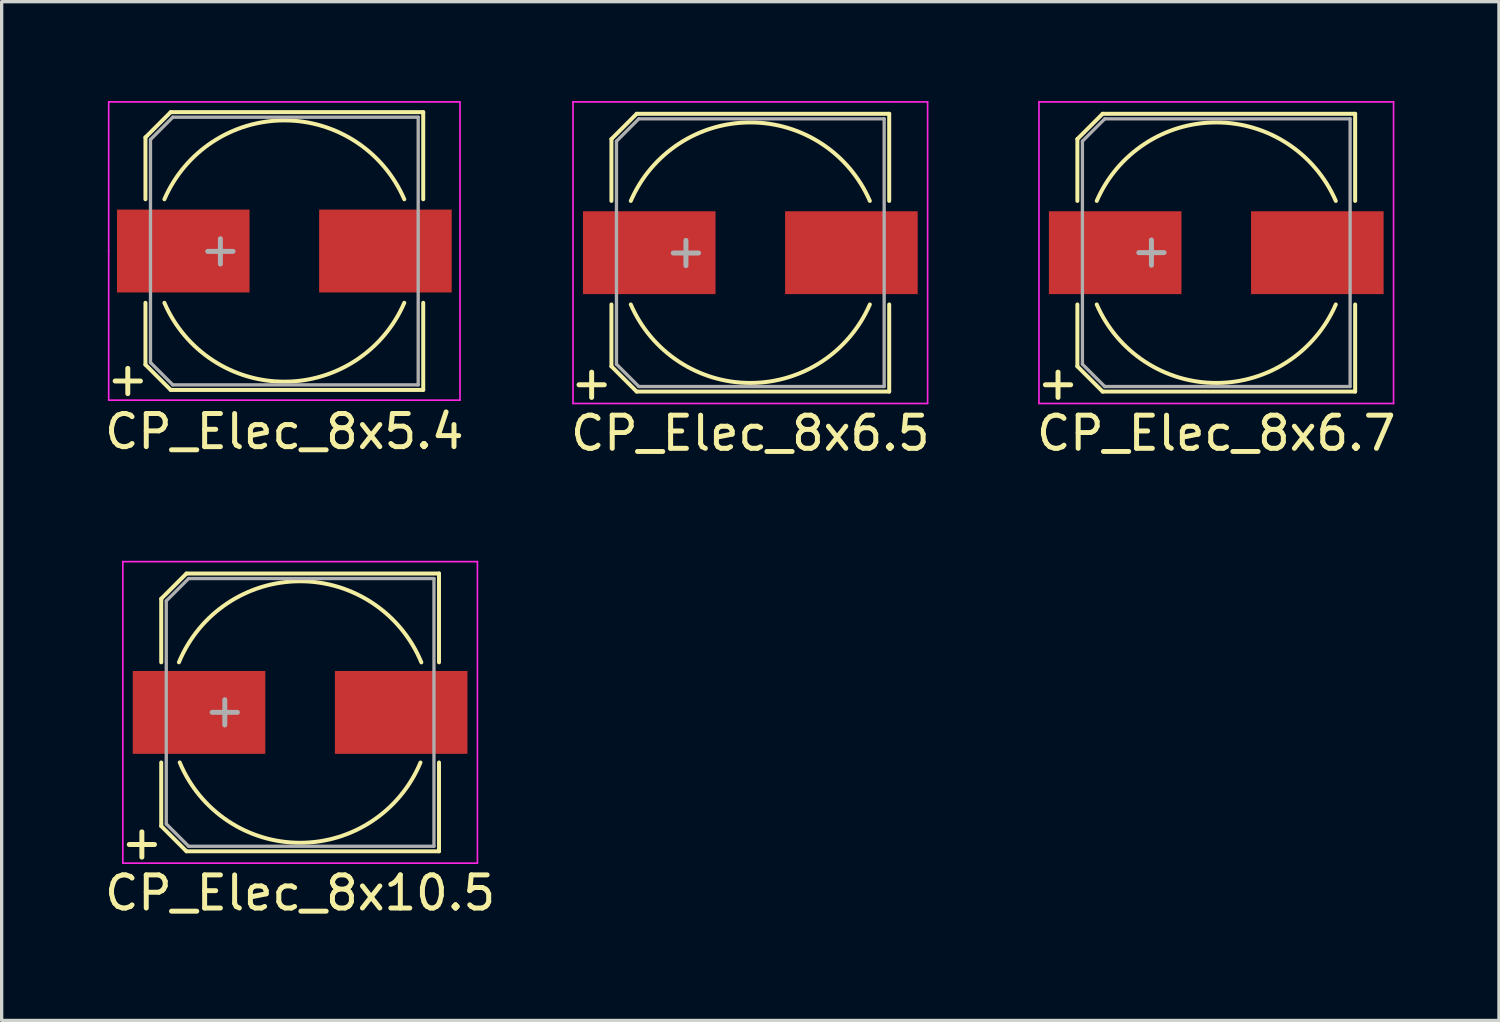
<source format=kicad_pcb>
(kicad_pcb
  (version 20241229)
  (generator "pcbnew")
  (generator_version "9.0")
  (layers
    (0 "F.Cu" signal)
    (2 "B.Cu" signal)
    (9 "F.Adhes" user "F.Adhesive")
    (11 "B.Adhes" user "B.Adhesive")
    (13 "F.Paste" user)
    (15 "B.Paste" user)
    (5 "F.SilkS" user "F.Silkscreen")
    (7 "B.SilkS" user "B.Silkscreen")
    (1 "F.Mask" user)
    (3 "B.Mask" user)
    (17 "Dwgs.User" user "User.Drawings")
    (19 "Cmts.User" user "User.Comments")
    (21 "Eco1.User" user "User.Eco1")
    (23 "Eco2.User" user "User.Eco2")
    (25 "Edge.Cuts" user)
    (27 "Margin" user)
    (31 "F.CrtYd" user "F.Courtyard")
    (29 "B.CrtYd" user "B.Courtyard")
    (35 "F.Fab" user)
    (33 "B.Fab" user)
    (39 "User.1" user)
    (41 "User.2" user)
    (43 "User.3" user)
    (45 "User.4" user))
  (footprint "CP_Elec_8x6.5"
    (layer "F.Cu")
    (at 19.591 4.575)
    (property "Reference" "CP_Elec_8x6.5" (at 0 5.448 0) (layer "F.SilkS") (effects (font (size 1 1) (thickness 0.15))))
    (attr smd)
    (fp_line (start -4.191 -3.429) (end -4.191 -1.562) (stroke (width 0.12) (type solid)) (layer "F.SilkS"))
    (fp_line (start -4.191 -3.429) (end -3.429 -4.191) (stroke (width 0.12) (type solid)) (layer "F.SilkS"))
    (fp_line (start -4.191 3.429) (end -4.191 1.562) (stroke (width 0.12) (type solid)) (layer "F.SilkS"))
    (fp_line (start -3.429 -4.191) (end 4.191 -4.191) (stroke (width 0.12) (type solid)) (layer "F.SilkS"))
    (fp_line (start -3.429 4.191) (end -4.191 3.429) (stroke (width 0.12) (type solid)) (layer "F.SilkS"))
    (fp_line (start 4.191 -4.191) (end 4.191 -1.562) (stroke (width 0.12) (type solid)) (layer "F.SilkS"))
    (fp_line (start 4.191 4.191) (end -3.429 4.191) (stroke (width 0.12) (type solid)) (layer "F.SilkS"))
    (fp_line (start 4.191 4.191) (end 4.191 1.562) (stroke (width 0.12) (type solid)) (layer "F.SilkS"))
    (fp_arc (start -3.6068 -1.5621) (mid 0 -3.930542) (end 3.6068 -1.5621) (stroke (width 0.12) (type solid)) (layer "F.SilkS"))
    (fp_arc (start 3.6068 1.5621) (mid 0 3.930542) (end -3.6068 1.5621) (stroke (width 0.12) (type solid)) (layer "F.SilkS"))
    (fp_line (start -5.35 -4.55) (end -5.35 4.55) (stroke (width 0.05) (type solid)) (layer "F.CrtYd"))
    (fp_line (start -5.35 4.55) (end 5.35 4.55) (stroke (width 0.05) (type solid)) (layer "F.CrtYd"))
    (fp_line (start 5.35 -4.55) (end -5.35 -4.55) (stroke (width 0.05) (type solid)) (layer "F.CrtYd"))
    (fp_line (start 5.35 4.55) (end 5.35 -4.55) (stroke (width 0.05) (type solid)) (layer "F.CrtYd"))
    (fp_line (start -4.039 -3.365) (end -4.039 3.365) (stroke (width 0.1) (type solid)) (layer "F.Fab"))
    (fp_line (start -4.039 3.365) (end -3.365 4.039) (stroke (width 0.1) (type solid)) (layer "F.Fab"))
    (fp_line (start -3.365 -4.039) (end -4.039 -3.365) (stroke (width 0.1) (type solid)) (layer "F.Fab"))
    (fp_line (start -3.365 4.039) (end 4.039 4.039) (stroke (width 0.1) (type solid)) (layer "F.Fab"))
    (fp_line (start 4.039 -4.039) (end -3.365 -4.039) (stroke (width 0.1) (type solid)) (layer "F.Fab"))
    (fp_line (start 4.039 4.039) (end 4.039 -4.039) (stroke (width 0.1) (type solid)) (layer "F.Fab"))
    (fp_text user "+" (at -4.788 3.912 0) (layer "F.SilkS") (effects (font (size 1 1) (thickness 0.15))))
    (fp_text user "+" (at -1.943 -0.064 0) (layer "F.Fab") (effects (font (size 1 1) (thickness 0.15))))
    (pad "1" smd rect (at -3.05 0 180) (size 4 2.5) (layers "F.Cu" "F.Mask" "F.Paste"))
    (pad "2" smd rect (at 3.05 0 180) (size 4 2.5) (layers "F.Cu" "F.Mask" "F.Paste")))
  (footprint "CP_Elec_8x5.4"
    (layer "F.Cu")
    (at 5.53 4.525)
    (property "Reference" "CP_Elec_8x5.4" (at 0 5.448 0) (layer "F.SilkS") (effects (font (size 1 1) (thickness 0.15))))
    (attr smd)
    (fp_line (start -4.191 -3.429) (end -4.191 -1.562) (stroke (width 0.12) (type solid)) (layer "F.SilkS"))
    (fp_line (start -4.191 -3.429) (end -3.429 -4.191) (stroke (width 0.12) (type solid)) (layer "F.SilkS"))
    (fp_line (start -4.191 3.429) (end -4.191 1.562) (stroke (width 0.12) (type solid)) (layer "F.SilkS"))
    (fp_line (start -3.429 -4.191) (end 4.191 -4.191) (stroke (width 0.12) (type solid)) (layer "F.SilkS"))
    (fp_line (start -3.429 4.191) (end -4.191 3.429) (stroke (width 0.12) (type solid)) (layer "F.SilkS"))
    (fp_line (start 4.191 -4.191) (end 4.191 -1.562) (stroke (width 0.12) (type solid)) (layer "F.SilkS"))
    (fp_line (start 4.191 4.191) (end -3.429 4.191) (stroke (width 0.12) (type solid)) (layer "F.SilkS"))
    (fp_line (start 4.191 4.191) (end 4.191 1.562) (stroke (width 0.12) (type solid)) (layer "F.SilkS"))
    (fp_arc (start -3.6195 -1.5621) (mid 0 -3.942199) (end 3.6195 -1.5621) (stroke (width 0.12) (type solid)) (layer "F.SilkS"))
    (fp_arc (start 3.6195 1.5621) (mid 0 3.942199) (end -3.6195 1.5621) (stroke (width 0.12) (type solid)) (layer "F.SilkS"))
    (fp_line (start -5.3 -4.5) (end -5.3 0) (stroke (width 0.05) (type solid)) (layer "F.CrtYd"))
    (fp_line (start -5.3 0) (end -5.3 4.5) (stroke (width 0.05) (type solid)) (layer "F.CrtYd"))
    (fp_line (start -5.3 4.5) (end 5.3 4.5) (stroke (width 0.05) (type solid)) (layer "F.CrtYd"))
    (fp_line (start 5.3 -4.5) (end -5.3 -4.5) (stroke (width 0.05) (type solid)) (layer "F.CrtYd"))
    (fp_line (start 5.3 4.5) (end 5.3 -4.5) (stroke (width 0.05) (type solid)) (layer "F.CrtYd"))
    (fp_line (start -4.039 -3.365) (end -4.039 3.365) (stroke (width 0.1) (type solid)) (layer "F.Fab"))
    (fp_line (start -4.039 3.365) (end -3.365 4.039) (stroke (width 0.1) (type solid)) (layer "F.Fab"))
    (fp_line (start -3.365 -4.039) (end -4.039 -3.365) (stroke (width 0.1) (type solid)) (layer "F.Fab"))
    (fp_line (start -3.365 4.039) (end 4.039 4.039) (stroke (width 0.1) (type solid)) (layer "F.Fab"))
    (fp_line (start 4.039 -4.039) (end -3.365 -4.039) (stroke (width 0.1) (type solid)) (layer "F.Fab"))
    (fp_line (start 4.039 4.039) (end 4.039 -4.039) (stroke (width 0.1) (type solid)) (layer "F.Fab"))
    (fp_text user "+" (at -4.724 3.848 0) (layer "F.SilkS") (effects (font (size 1 1) (thickness 0.15))))
    (fp_text user "+" (at -1.93 -0.064 0) (layer "F.Fab") (effects (font (size 1 1) (thickness 0.15))))
    (pad "1" smd rect (at -3.05 0 180) (size 4 2.5) (layers "F.Cu" "F.Mask" "F.Paste"))
    (pad "2" smd rect (at 3.05 0 180) (size 4 2.5) (layers "F.Cu" "F.Mask" "F.Paste")))
  (footprint "CP_Elec_8x6.7"
    (layer "F.Cu")
    (at 33.651 4.575)
    (property "Reference" "CP_Elec_8x6.7" (at 0 5.448 0) (layer "F.SilkS") (effects (font (size 1 1) (thickness 0.15))))
    (attr smd)
    (fp_line (start -4.191 -3.429) (end -4.191 -1.562) (stroke (width 0.12) (type solid)) (layer "F.SilkS"))
    (fp_line (start -4.191 -3.429) (end -3.429 -4.191) (stroke (width 0.12) (type solid)) (layer "F.SilkS"))
    (fp_line (start -4.191 3.429) (end -4.191 1.562) (stroke (width 0.12) (type solid)) (layer "F.SilkS"))
    (fp_line (start -3.429 -4.191) (end 4.191 -4.191) (stroke (width 0.12) (type solid)) (layer "F.SilkS"))
    (fp_line (start -3.429 4.191) (end -4.191 3.429) (stroke (width 0.12) (type solid)) (layer "F.SilkS"))
    (fp_line (start 4.191 -4.191) (end 4.191 -1.562) (stroke (width 0.12) (type solid)) (layer "F.SilkS"))
    (fp_line (start 4.191 4.191) (end -3.429 4.191) (stroke (width 0.12) (type solid)) (layer "F.SilkS"))
    (fp_line (start 4.191 4.191) (end 4.191 1.562) (stroke (width 0.12) (type solid)) (layer "F.SilkS"))
    (fp_arc (start -3.6068 -1.5621) (mid 0 -3.930542) (end 3.6068 -1.5621) (stroke (width 0.12) (type solid)) (layer "F.SilkS"))
    (fp_arc (start 3.6068 1.5621) (mid 0 3.930542) (end -3.6068 1.5621) (stroke (width 0.12) (type solid)) (layer "F.SilkS"))
    (fp_line (start -5.35 -4.55) (end -5.35 4.55) (stroke (width 0.05) (type solid)) (layer "F.CrtYd"))
    (fp_line (start -5.35 4.55) (end 5.35 4.55) (stroke (width 0.05) (type solid)) (layer "F.CrtYd"))
    (fp_line (start 5.35 -4.55) (end -5.35 -4.55) (stroke (width 0.05) (type solid)) (layer "F.CrtYd"))
    (fp_line (start 5.35 4.55) (end 5.35 -4.55) (stroke (width 0.05) (type solid)) (layer "F.CrtYd"))
    (fp_line (start -4.039 -3.365) (end -4.039 3.365) (stroke (width 0.1) (type solid)) (layer "F.Fab"))
    (fp_line (start -4.039 3.365) (end -3.365 4.039) (stroke (width 0.1) (type solid)) (layer "F.Fab"))
    (fp_line (start -3.365 -4.039) (end -4.039 -3.365) (stroke (width 0.1) (type solid)) (layer "F.Fab"))
    (fp_line (start -3.365 4.039) (end 4.039 4.039) (stroke (width 0.1) (type solid)) (layer "F.Fab"))
    (fp_line (start 4.039 -4.039) (end -3.365 -4.039) (stroke (width 0.1) (type solid)) (layer "F.Fab"))
    (fp_line (start 4.039 4.039) (end 4.039 -4.039) (stroke (width 0.1) (type solid)) (layer "F.Fab"))
    (fp_text user "+" (at -4.775 3.912 0) (layer "F.SilkS") (effects (font (size 1 1) (thickness 0.15))))
    (fp_text user "+" (at -1.956 -0.076 0) (layer "F.Fab") (effects (font (size 1 1) (thickness 0.15))))
    (pad "1" smd rect (at -3.05 0 180) (size 4 2.5) (layers "F.Cu" "F.Mask" "F.Paste"))
    (pad "2" smd rect (at 3.05 0 180) (size 4 2.5) (layers "F.Cu" "F.Mask" "F.Paste")))
  (footprint "CP_Elec_8x10.5"
    (layer "F.Cu")
    (at 6.006 18.447)
    (property "Reference" "CP_Elec_8x10.5" (at 0 5.448 0) (layer "F.SilkS") (effects (font (size 1 1) (thickness 0.15))))
    (attr smd)
    (fp_line (start -4.191 -3.429) (end -4.191 -1.511) (stroke (width 0.12) (type solid)) (layer "F.SilkS"))
    (fp_line (start -4.191 -3.429) (end -3.429 -4.191) (stroke (width 0.12) (type solid)) (layer "F.SilkS"))
    (fp_line (start -4.191 3.429) (end -4.191 1.511) (stroke (width 0.12) (type solid)) (layer "F.SilkS"))
    (fp_line (start -3.429 -4.191) (end 4.191 -4.191) (stroke (width 0.12) (type solid)) (layer "F.SilkS"))
    (fp_line (start -3.429 4.191) (end -4.191 3.429) (stroke (width 0.12) (type solid)) (layer "F.SilkS"))
    (fp_line (start 4.191 -4.191) (end 4.191 -1.511) (stroke (width 0.12) (type solid)) (layer "F.SilkS"))
    (fp_line (start 4.191 4.191) (end -3.429 4.191) (stroke (width 0.12) (type solid)) (layer "F.SilkS"))
    (fp_line (start 4.191 4.191) (end 4.191 1.511) (stroke (width 0.12) (type solid)) (layer "F.SilkS"))
    (fp_arc (start -3.6576 -1.5113) (mid 0.001026 -3.957533) (end 3.658383 -1.509403) (stroke (width 0.12) (type solid)) (layer "F.SilkS"))
    (fp_arc (start 3.6322 1.5113) (mid -0.001441 3.934069) (end -3.633306 1.508639) (stroke (width 0.12) (type solid)) (layer "F.SilkS"))
    (fp_line (start -5.35 -4.55) (end -5.35 4.55) (stroke (width 0.05) (type solid)) (layer "F.CrtYd"))
    (fp_line (start -5.35 4.55) (end 5.35 4.55) (stroke (width 0.05) (type solid)) (layer "F.CrtYd"))
    (fp_line (start 5.35 -4.55) (end -5.35 -4.55) (stroke (width 0.05) (type solid)) (layer "F.CrtYd"))
    (fp_line (start 5.35 4.55) (end 5.35 -4.55) (stroke (width 0.05) (type solid)) (layer "F.CrtYd"))
    (fp_line (start -4.039 -3.365) (end -4.039 3.365) (stroke (width 0.1) (type solid)) (layer "F.Fab"))
    (fp_line (start -4.039 3.365) (end -3.365 4.039) (stroke (width 0.1) (type solid)) (layer "F.Fab"))
    (fp_line (start -3.365 -4.039) (end -4.039 -3.365) (stroke (width 0.1) (type solid)) (layer "F.Fab"))
    (fp_line (start -3.365 4.039) (end 4.039 4.039) (stroke (width 0.1) (type solid)) (layer "F.Fab"))
    (fp_line (start 4.039 -4.039) (end -3.365 -4.039) (stroke (width 0.1) (type solid)) (layer "F.Fab"))
    (fp_line (start 4.039 4.039) (end 4.039 -4.039) (stroke (width 0.1) (type solid)) (layer "F.Fab"))
    (fp_text user "+" (at -4.775 3.912 0) (layer "F.SilkS") (effects (font (size 1 1) (thickness 0.15))))
    (fp_text user "+" (at -2.273 -0.076 0) (layer "F.Fab") (effects (font (size 1 1) (thickness 0.15))))
    (pad "1" smd rect (at -3.05 0 180) (size 4 2.5) (layers "F.Cu" "F.Mask" "F.Paste"))
    (pad "2" smd rect (at 3.05 0 180) (size 4 2.5) (layers "F.Cu" "F.Mask" "F.Paste")))
  (gr_rect
    (start -3 -3)
    (end 42.181 27.743)
    (stroke (width 0.1) (type default))
    (fill no)
    (layer "Edge.Cuts")))
</source>
